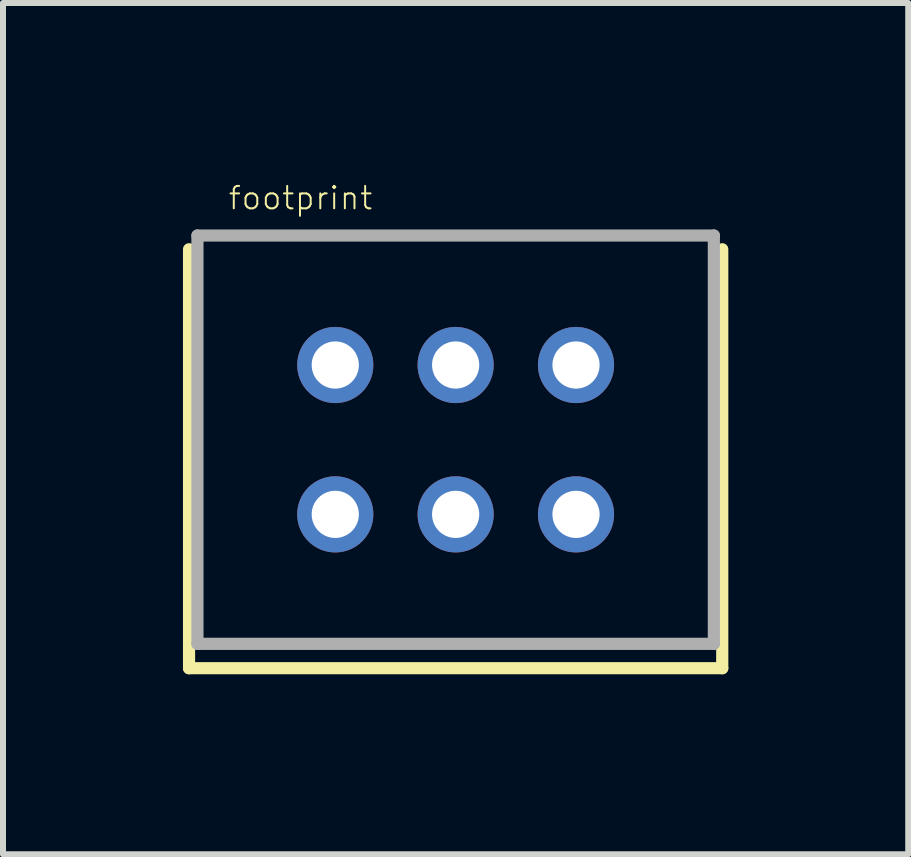
<source format=kicad_pcb>
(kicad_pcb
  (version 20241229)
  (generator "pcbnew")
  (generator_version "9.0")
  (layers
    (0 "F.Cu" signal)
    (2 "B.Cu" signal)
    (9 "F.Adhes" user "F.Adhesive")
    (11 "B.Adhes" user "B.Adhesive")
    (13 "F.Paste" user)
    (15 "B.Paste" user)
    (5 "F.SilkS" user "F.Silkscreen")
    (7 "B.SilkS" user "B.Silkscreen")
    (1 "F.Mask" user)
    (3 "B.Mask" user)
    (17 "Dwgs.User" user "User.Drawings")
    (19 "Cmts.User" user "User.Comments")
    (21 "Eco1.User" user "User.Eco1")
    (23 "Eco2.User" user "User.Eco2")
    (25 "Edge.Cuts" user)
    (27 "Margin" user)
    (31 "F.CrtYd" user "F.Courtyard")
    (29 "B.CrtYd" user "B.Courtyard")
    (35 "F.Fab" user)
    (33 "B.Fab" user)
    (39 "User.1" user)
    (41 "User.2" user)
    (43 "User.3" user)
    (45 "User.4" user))
  (footprint "footprint"
    (layer "F.Cu")
    (at 4.547 4.281)
    (property "Reference" "footprint" (at -3.81 -3.81 0) (layer "F.SilkS") (effects (font (size 0.374 0.374) (thickness 0.033)) (justify left bottom)))
    (fp_line (start -4.445 -3.175) (end -4.445 3.81) (stroke (width 0.203) (type solid)) (layer "F.SilkS"))
    (fp_line (start -4.445 3.81) (end 4.445 3.81) (stroke (width 0.203) (type solid)) (layer "F.SilkS"))
    (fp_line (start 4.445 3.81) (end 4.445 -3.175) (stroke (width 0.203) (type solid)) (layer "F.SilkS"))
    (fp_line (start -4.305 -3.404) (end 4.305 -3.404) (stroke (width 0.203) (type solid)) (layer "F.Fab"))
    (fp_line (start -4.305 3.404) (end -4.305 -3.404) (stroke (width 0.203) (type solid)) (layer "F.Fab"))
    (fp_line (start 4.305 -3.404) (end 4.305 3.404) (stroke (width 0.203) (type solid)) (layer "F.Fab"))
    (fp_line (start 4.305 3.404) (end -4.305 3.404) (stroke (width 0.203) (type solid)) (layer "F.Fab"))
    (pad "1" thru_hole circle (at -2.007 -1.245) (size 1.27 1.27) (drill 0.787) (layers "*.Cu" "*.Mask"))
    (pad "2" thru_hole circle (at 0 -1.245) (size 1.27 1.27) (drill 0.787) (layers "*.Cu" "*.Mask"))
    (pad "3" thru_hole circle (at 2.007 -1.245) (size 1.27 1.27) (drill 0.787) (layers "*.Cu" "*.Mask"))
    (pad "4" thru_hole circle (at -2.007 1.245) (size 1.27 1.27) (drill 0.787) (layers "*.Cu" "*.Mask"))
    (pad "5" thru_hole circle (at 0 1.245) (size 1.27 1.27) (drill 0.787) (layers "*.Cu" "*.Mask"))
    (pad "6" thru_hole circle (at 2.007 1.245) (size 1.27 1.27) (drill 0.787) (layers "*.Cu" "*.Mask")))
  (gr_rect
    (start -3 -3)
    (end 12.093 11.193)
    (stroke (width 0.1) (type default))
    (fill no)
    (layer "Edge.Cuts")))
</source>
